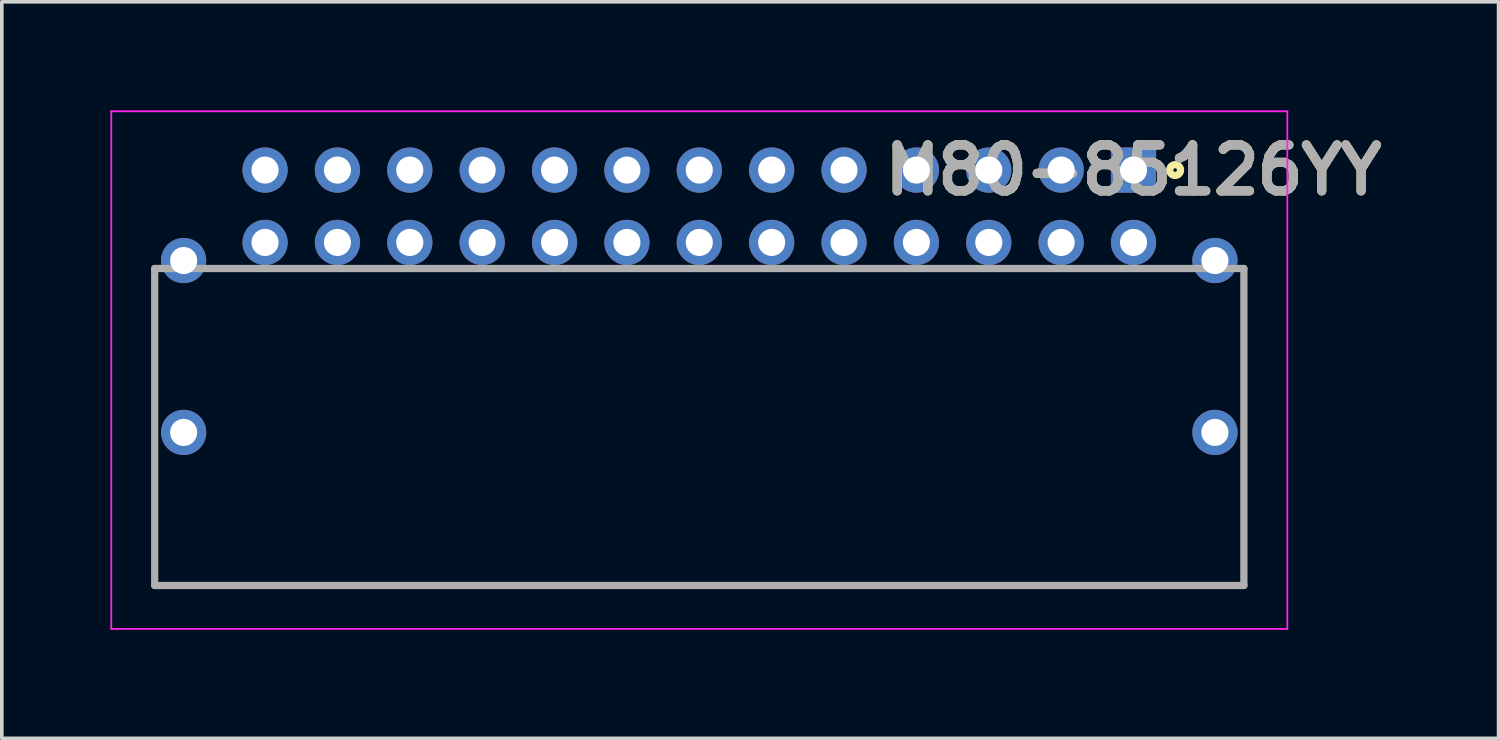
<source format=kicad_pcb>
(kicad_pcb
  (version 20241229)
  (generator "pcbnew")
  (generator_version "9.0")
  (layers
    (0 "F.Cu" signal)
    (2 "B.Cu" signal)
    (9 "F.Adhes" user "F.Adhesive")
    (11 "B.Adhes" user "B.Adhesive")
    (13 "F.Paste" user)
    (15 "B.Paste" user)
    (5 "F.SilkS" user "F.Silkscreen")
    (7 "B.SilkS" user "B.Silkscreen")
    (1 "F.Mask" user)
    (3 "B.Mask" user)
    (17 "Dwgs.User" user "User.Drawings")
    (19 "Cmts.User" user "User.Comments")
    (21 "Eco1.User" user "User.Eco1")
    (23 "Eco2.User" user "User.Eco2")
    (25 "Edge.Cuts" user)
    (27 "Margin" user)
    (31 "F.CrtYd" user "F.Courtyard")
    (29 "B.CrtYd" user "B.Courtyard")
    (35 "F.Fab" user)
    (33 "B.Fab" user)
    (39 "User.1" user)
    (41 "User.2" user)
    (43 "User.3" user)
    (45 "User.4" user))
  (footprint "M80-85126YY"
    (layer "F.Cu")
    (at 28.275 1.65)
    (property "Reference" "M80-85126YY" (at 0 0 0) (layer "F.SilkS") (effects (font (size 1.27 1.27) (thickness 0.254))))
    (attr through_hole)
    (fp_line (start -27.05 11.48) (end -27.05 2.72) (stroke (width 0.1) (type solid)) (layer "F.SilkS"))
    (fp_line (start 3.05 2.72) (end 3.05 11.48) (stroke (width 0.1) (type solid)) (layer "F.SilkS"))
    (fp_line (start 3.05 11.48) (end -27.05 11.48) (stroke (width 0.1) (type solid)) (layer "F.SilkS"))
    (fp_circle (center 1.15 0) (end 1.15 0.05) (stroke (width 0.2) (type solid)) (fill no) (layer "F.SilkS"))
    (fp_line (start -28.25 -1.625) (end 4.25 -1.625) (stroke (width 0.05) (type solid)) (layer "F.CrtYd"))
    (fp_line (start -28.25 12.68) (end -28.25 -1.625) (stroke (width 0.05) (type solid)) (layer "F.CrtYd"))
    (fp_line (start 4.25 -1.625) (end 4.25 12.68) (stroke (width 0.05) (type solid)) (layer "F.CrtYd"))
    (fp_line (start 4.25 12.68) (end -28.25 12.68) (stroke (width 0.05) (type solid)) (layer "F.CrtYd"))
    (fp_line (start -27.05 2.72) (end 3.05 2.72) (stroke (width 0.2) (type solid)) (layer "F.Fab"))
    (fp_line (start -27.05 11.48) (end -27.05 2.72) (stroke (width 0.2) (type solid)) (layer "F.Fab"))
    (fp_line (start 3.05 2.72) (end 3.05 11.48) (stroke (width 0.2) (type solid)) (layer "F.Fab"))
    (fp_line (start 3.05 11.48) (end -27.05 11.48) (stroke (width 0.2) (type solid)) (layer "F.Fab"))
    (fp_text user "${REFERENCE}" (at 0 0 0) (layer "F.Fab") (effects (font (size 1.27 1.27) (thickness 0.254))))
    (pad "1" thru_hole rect (at 0 0) (size 1.25 1.25) (drill 0.75) (layers "*.Cu" "*.Mask"))
    (pad "2" thru_hole circle (at -2 0) (size 1.25 1.25) (drill 0.75) (layers "*.Cu" "*.Mask"))
    (pad "3" thru_hole circle (at -4 0) (size 1.25 1.25) (drill 0.75) (layers "*.Cu" "*.Mask"))
    (pad "4" thru_hole circle (at -6 0) (size 1.25 1.25) (drill 0.75) (layers "*.Cu" "*.Mask"))
    (pad "5" thru_hole circle (at -8 0) (size 1.25 1.25) (drill 0.75) (layers "*.Cu" "*.Mask"))
    (pad "6" thru_hole circle (at -10 0) (size 1.25 1.25) (drill 0.75) (layers "*.Cu" "*.Mask"))
    (pad "7" thru_hole circle (at -12 0) (size 1.25 1.25) (drill 0.75) (layers "*.Cu" "*.Mask"))
    (pad "8" thru_hole circle (at -14 0) (size 1.25 1.25) (drill 0.75) (layers "*.Cu" "*.Mask"))
    (pad "9" thru_hole circle (at -16 0) (size 1.25 1.25) (drill 0.75) (layers "*.Cu" "*.Mask"))
    (pad "10" thru_hole circle (at -18 0) (size 1.25 1.25) (drill 0.75) (layers "*.Cu" "*.Mask"))
    (pad "11" thru_hole circle (at -20 0) (size 1.25 1.25) (drill 0.75) (layers "*.Cu" "*.Mask"))
    (pad "12" thru_hole circle (at -22 0) (size 1.25 1.25) (drill 0.75) (layers "*.Cu" "*.Mask"))
    (pad "13" thru_hole circle (at -24 0) (size 1.25 1.25) (drill 0.75) (layers "*.Cu" "*.Mask"))
    (pad "14" thru_hole circle (at 0 2) (size 1.25 1.25) (drill 0.75) (layers "*.Cu" "*.Mask"))
    (pad "15" thru_hole circle (at -2 2) (size 1.25 1.25) (drill 0.75) (layers "*.Cu" "*.Mask"))
    (pad "16" thru_hole circle (at -4 2) (size 1.25 1.25) (drill 0.75) (layers "*.Cu" "*.Mask"))
    (pad "17" thru_hole circle (at -6 2) (size 1.25 1.25) (drill 0.75) (layers "*.Cu" "*.Mask"))
    (pad "18" thru_hole circle (at -8 2) (size 1.25 1.25) (drill 0.75) (layers "*.Cu" "*.Mask"))
    (pad "19" thru_hole circle (at -10 2) (size 1.25 1.25) (drill 0.75) (layers "*.Cu" "*.Mask"))
    (pad "20" thru_hole circle (at -12 2) (size 1.25 1.25) (drill 0.75) (layers "*.Cu" "*.Mask"))
    (pad "21" thru_hole circle (at -14 2) (size 1.25 1.25) (drill 0.75) (layers "*.Cu" "*.Mask"))
    (pad "22" thru_hole circle (at -16 2) (size 1.25 1.25) (drill 0.75) (layers "*.Cu" "*.Mask"))
    (pad "23" thru_hole circle (at -18 2) (size 1.25 1.25) (drill 0.75) (layers "*.Cu" "*.Mask"))
    (pad "24" thru_hole circle (at -20 2) (size 1.25 1.25) (drill 0.75) (layers "*.Cu" "*.Mask"))
    (pad "25" thru_hole circle (at -22 2) (size 1.25 1.25) (drill 0.75) (layers "*.Cu" "*.Mask"))
    (pad "26" thru_hole circle (at -24 2) (size 1.25 1.25) (drill 0.75) (layers "*.Cu" "*.Mask"))
    (pad "MH" thru_hole circle (at -26.25 2.5) (size 1.25 1.25) (drill 0.75) (layers "*.Cu" "*.Mask"))
    (pad "MH" thru_hole circle (at -26.25 7.25) (size 1.25 1.25) (drill 0.75) (layers "*.Cu" "*.Mask"))
    (pad "MH" thru_hole circle (at 2.25 2.5) (size 1.25 1.25) (drill 0.75) (layers "*.Cu" "*.Mask"))
    (pad "MH" thru_hole circle (at 2.25 7.25) (size 1.25 1.25) (drill 0.75) (layers "*.Cu" "*.Mask")))
  (gr_rect
    (start -3 -3)
    (end 38.363 17.355)
    (stroke (width 0.1) (type default))
    (fill no)
    (layer "Edge.Cuts")))
</source>
